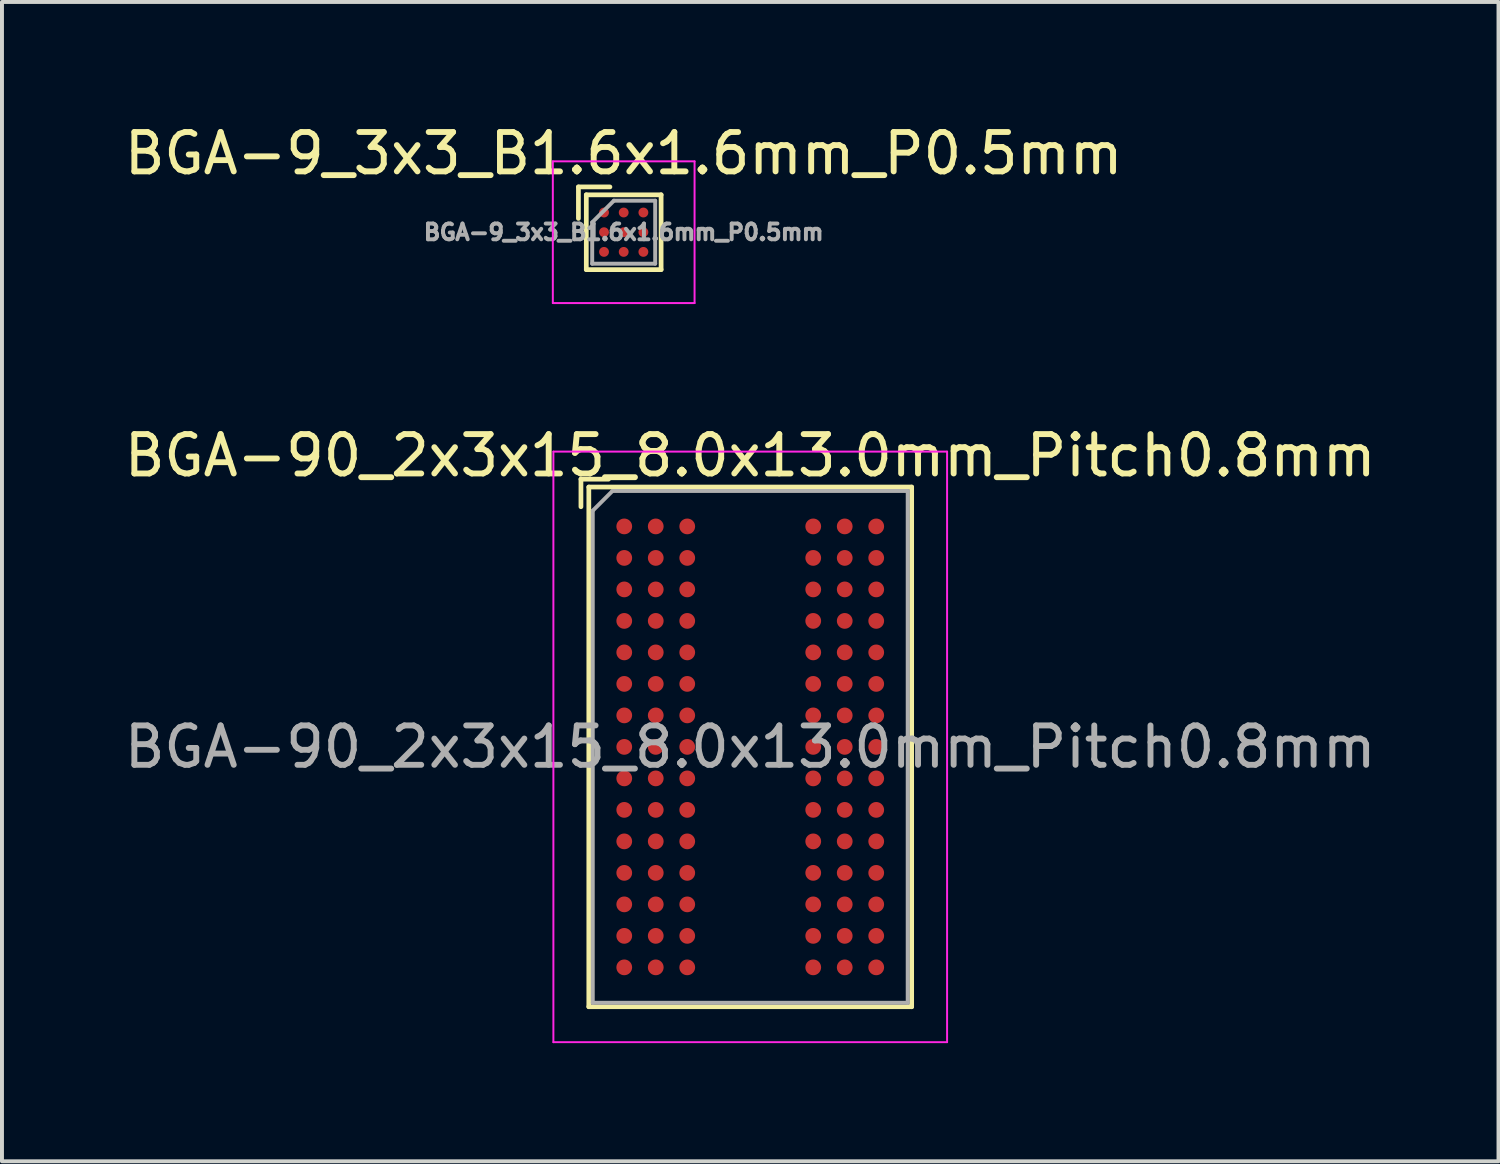
<source format=kicad_pcb>
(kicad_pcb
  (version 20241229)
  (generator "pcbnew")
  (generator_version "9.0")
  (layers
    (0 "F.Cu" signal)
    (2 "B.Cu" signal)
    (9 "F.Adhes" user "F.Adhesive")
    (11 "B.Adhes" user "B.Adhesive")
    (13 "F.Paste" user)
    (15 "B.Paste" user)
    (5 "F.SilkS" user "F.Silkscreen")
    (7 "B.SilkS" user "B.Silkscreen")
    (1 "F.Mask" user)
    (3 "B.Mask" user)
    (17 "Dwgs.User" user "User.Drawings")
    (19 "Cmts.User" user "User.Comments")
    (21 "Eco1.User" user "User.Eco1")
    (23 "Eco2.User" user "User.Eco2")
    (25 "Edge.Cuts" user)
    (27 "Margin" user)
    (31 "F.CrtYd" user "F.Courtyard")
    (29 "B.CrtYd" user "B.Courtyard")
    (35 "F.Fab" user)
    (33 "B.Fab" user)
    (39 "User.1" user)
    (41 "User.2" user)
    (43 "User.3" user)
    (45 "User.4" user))
  (footprint "BGA-90_2x3x15_8.0x13.0mm_Pitch0.8mm"
    (layer "F.Cu")
    (at 16.006 15.921)
    (property "Reference" "BGA-90_2x3x15_8.0x13.0mm_Pitch0.8mm" (at 0 -7.4 0) (layer "F.SilkS") (effects (font (size 1 1) (thickness 0.15))))
    (attr smd)
    (fp_line (start -4.3 -6.8) (end -3.6 -6.8) (stroke (width 0.12) (type solid)) (layer "F.SilkS"))
    (fp_line (start -4.3 -6.1) (end -4.3 -6.8) (stroke (width 0.12) (type solid)) (layer "F.SilkS"))
    (fp_line (start -4.1 -6.6) (end -4.1 6.6) (stroke (width 0.12) (type solid)) (layer "F.SilkS"))
    (fp_line (start -4.1 6.6) (end 4.1 6.6) (stroke (width 0.12) (type solid)) (layer "F.SilkS"))
    (fp_line (start 4.1 -6.6) (end -4.1 -6.6) (stroke (width 0.12) (type solid)) (layer "F.SilkS"))
    (fp_line (start 4.1 6.6) (end 4.1 -6.6) (stroke (width 0.12) (type solid)) (layer "F.SilkS"))
    (fp_line (start -5 -7.5) (end -5 7.5) (stroke (width 0.05) (type solid)) (layer "F.CrtYd"))
    (fp_line (start -5 -7.5) (end 5 -7.5) (stroke (width 0.05) (type solid)) (layer "F.CrtYd"))
    (fp_line (start 5 7.5) (end -5 7.5) (stroke (width 0.05) (type solid)) (layer "F.CrtYd"))
    (fp_line (start 5 7.5) (end 5 -7.5) (stroke (width 0.05) (type solid)) (layer "F.CrtYd"))
    (fp_line (start -4 -6) (end -4 6.5) (stroke (width 0.1) (type solid)) (layer "F.Fab"))
    (fp_line (start -4 6.5) (end 4 6.5) (stroke (width 0.1) (type solid)) (layer "F.Fab"))
    (fp_line (start -3.5 -6.5) (end -4 -6) (stroke (width 0.1) (type solid)) (layer "F.Fab"))
    (fp_line (start 4 -6.5) (end -3.5 -6.5) (stroke (width 0.1) (type solid)) (layer "F.Fab"))
    (fp_line (start 4 6.5) (end 4 -6.5) (stroke (width 0.1) (type solid)) (layer "F.Fab"))
    (fp_text user "${REFERENCE}" (at 0 0 0) (layer "F.Fab") (effects (font (size 1 1) (thickness 0.15))))
    (pad "A1" smd circle (at -3.2 -5.6) (size 0.4 0.4) (layers "F.Cu" "F.Mask" "F.Paste"))
    (pad "A2" smd circle (at -2.4 -5.6) (size 0.4 0.4) (layers "F.Cu" "F.Mask" "F.Paste"))
    (pad "A3" smd circle (at -1.6 -5.6) (size 0.4 0.4) (layers "F.Cu" "F.Mask" "F.Paste"))
    (pad "A7" smd circle (at 1.6 -5.6) (size 0.4 0.4) (layers "F.Cu" "F.Mask" "F.Paste"))
    (pad "A8" smd circle (at 2.4 -5.6) (size 0.4 0.4) (layers "F.Cu" "F.Mask" "F.Paste"))
    (pad "A9" smd circle (at 3.2 -5.6) (size 0.4 0.4) (layers "F.Cu" "F.Mask" "F.Paste"))
    (pad "B1" smd circle (at -3.2 -4.8) (size 0.4 0.4) (layers "F.Cu" "F.Mask" "F.Paste"))
    (pad "B2" smd circle (at -2.4 -4.8) (size 0.4 0.4) (layers "F.Cu" "F.Mask" "F.Paste"))
    (pad "B3" smd circle (at -1.6 -4.8) (size 0.4 0.4) (layers "F.Cu" "F.Mask" "F.Paste"))
    (pad "B7" smd circle (at 1.6 -4.8) (size 0.4 0.4) (layers "F.Cu" "F.Mask" "F.Paste"))
    (pad "B8" smd circle (at 2.4 -4.8) (size 0.4 0.4) (layers "F.Cu" "F.Mask" "F.Paste"))
    (pad "B9" smd circle (at 3.2 -4.8) (size 0.4 0.4) (layers "F.Cu" "F.Mask" "F.Paste"))
    (pad "C1" smd circle (at -3.2 -4) (size 0.4 0.4) (layers "F.Cu" "F.Mask" "F.Paste"))
    (pad "C2" smd circle (at -2.4 -4) (size 0.4 0.4) (layers "F.Cu" "F.Mask" "F.Paste"))
    (pad "C3" smd circle (at -1.6 -4) (size 0.4 0.4) (layers "F.Cu" "F.Mask" "F.Paste"))
    (pad "C7" smd circle (at 1.6 -4) (size 0.4 0.4) (layers "F.Cu" "F.Mask" "F.Paste"))
    (pad "C8" smd circle (at 2.4 -4) (size 0.4 0.4) (layers "F.Cu" "F.Mask" "F.Paste"))
    (pad "C9" smd circle (at 3.2 -4) (size 0.4 0.4) (layers "F.Cu" "F.Mask" "F.Paste"))
    (pad "D1" smd circle (at -3.2 -3.2) (size 0.4 0.4) (layers "F.Cu" "F.Mask" "F.Paste"))
    (pad "D2" smd circle (at -2.4 -3.2) (size 0.4 0.4) (layers "F.Cu" "F.Mask" "F.Paste"))
    (pad "D3" smd circle (at -1.6 -3.2) (size 0.4 0.4) (layers "F.Cu" "F.Mask" "F.Paste"))
    (pad "D7" smd circle (at 1.6 -3.2) (size 0.4 0.4) (layers "F.Cu" "F.Mask" "F.Paste"))
    (pad "D8" smd circle (at 2.4 -3.2) (size 0.4 0.4) (layers "F.Cu" "F.Mask" "F.Paste"))
    (pad "D9" smd circle (at 3.2 -3.2) (size 0.4 0.4) (layers "F.Cu" "F.Mask" "F.Paste"))
    (pad "E1" smd circle (at -3.2 -2.4) (size 0.4 0.4) (layers "F.Cu" "F.Mask" "F.Paste"))
    (pad "E2" smd circle (at -2.4 -2.4) (size 0.4 0.4) (layers "F.Cu" "F.Mask" "F.Paste"))
    (pad "E3" smd circle (at -1.6 -2.4) (size 0.4 0.4) (layers "F.Cu" "F.Mask" "F.Paste"))
    (pad "E7" smd circle (at 1.6 -2.4) (size 0.4 0.4) (layers "F.Cu" "F.Mask" "F.Paste"))
    (pad "E8" smd circle (at 2.4 -2.4) (size 0.4 0.4) (layers "F.Cu" "F.Mask" "F.Paste"))
    (pad "E9" smd circle (at 3.2 -2.4) (size 0.4 0.4) (layers "F.Cu" "F.Mask" "F.Paste"))
    (pad "F1" smd circle (at -3.2 -1.6) (size 0.4 0.4) (layers "F.Cu" "F.Mask" "F.Paste"))
    (pad "F2" smd circle (at -2.4 -1.6) (size 0.4 0.4) (layers "F.Cu" "F.Mask" "F.Paste"))
    (pad "F3" smd circle (at -1.6 -1.6) (size 0.4 0.4) (layers "F.Cu" "F.Mask" "F.Paste"))
    (pad "F7" smd circle (at 1.6 -1.6) (size 0.4 0.4) (layers "F.Cu" "F.Mask" "F.Paste"))
    (pad "F8" smd circle (at 2.4 -1.6) (size 0.4 0.4) (layers "F.Cu" "F.Mask" "F.Paste"))
    (pad "F9" smd circle (at 3.2 -1.6) (size 0.4 0.4) (layers "F.Cu" "F.Mask" "F.Paste"))
    (pad "G1" smd circle (at -3.2 -0.8) (size 0.4 0.4) (layers "F.Cu" "F.Mask" "F.Paste"))
    (pad "G2" smd circle (at -2.4 -0.8) (size 0.4 0.4) (layers "F.Cu" "F.Mask" "F.Paste"))
    (pad "G3" smd circle (at -1.6 -0.8) (size 0.4 0.4) (layers "F.Cu" "F.Mask" "F.Paste"))
    (pad "G7" smd circle (at 1.6 -0.8) (size 0.4 0.4) (layers "F.Cu" "F.Mask" "F.Paste"))
    (pad "G8" smd circle (at 2.4 -0.8) (size 0.4 0.4) (layers "F.Cu" "F.Mask" "F.Paste"))
    (pad "G9" smd circle (at 3.2 -0.8) (size 0.4 0.4) (layers "F.Cu" "F.Mask" "F.Paste"))
    (pad "H1" smd circle (at -3.2 0) (size 0.4 0.4) (layers "F.Cu" "F.Mask" "F.Paste"))
    (pad "H2" smd circle (at -2.4 0) (size 0.4 0.4) (layers "F.Cu" "F.Mask" "F.Paste"))
    (pad "H3" smd circle (at -1.6 0) (size 0.4 0.4) (layers "F.Cu" "F.Mask" "F.Paste"))
    (pad "H7" smd circle (at 1.6 0) (size 0.4 0.4) (layers "F.Cu" "F.Mask" "F.Paste"))
    (pad "H8" smd circle (at 2.4 0) (size 0.4 0.4) (layers "F.Cu" "F.Mask" "F.Paste"))
    (pad "H9" smd circle (at 3.2 0) (size 0.4 0.4) (layers "F.Cu" "F.Mask" "F.Paste"))
    (pad "J1" smd circle (at -3.2 0.8) (size 0.4 0.4) (layers "F.Cu" "F.Mask" "F.Paste"))
    (pad "J2" smd circle (at -2.4 0.8) (size 0.4 0.4) (layers "F.Cu" "F.Mask" "F.Paste"))
    (pad "J3" smd circle (at -1.6 0.8) (size 0.4 0.4) (layers "F.Cu" "F.Mask" "F.Paste"))
    (pad "J7" smd circle (at 1.6 0.8) (size 0.4 0.4) (layers "F.Cu" "F.Mask" "F.Paste"))
    (pad "J8" smd circle (at 2.4 0.8) (size 0.4 0.4) (layers "F.Cu" "F.Mask" "F.Paste"))
    (pad "J9" smd circle (at 3.2 0.8) (size 0.4 0.4) (layers "F.Cu" "F.Mask" "F.Paste"))
    (pad "K1" smd circle (at -3.2 1.6) (size 0.4 0.4) (layers "F.Cu" "F.Mask" "F.Paste"))
    (pad "K2" smd circle (at -2.4 1.6) (size 0.4 0.4) (layers "F.Cu" "F.Mask" "F.Paste"))
    (pad "K3" smd circle (at -1.6 1.6) (size 0.4 0.4) (layers "F.Cu" "F.Mask" "F.Paste"))
    (pad "K7" smd circle (at 1.6 1.6) (size 0.4 0.4) (layers "F.Cu" "F.Mask" "F.Paste"))
    (pad "K8" smd circle (at 2.4 1.6) (size 0.4 0.4) (layers "F.Cu" "F.Mask" "F.Paste"))
    (pad "K9" smd circle (at 3.2 1.6) (size 0.4 0.4) (layers "F.Cu" "F.Mask" "F.Paste"))
    (pad "L1" smd circle (at -3.2 2.4) (size 0.4 0.4) (layers "F.Cu" "F.Mask" "F.Paste"))
    (pad "L2" smd circle (at -2.4 2.4) (size 0.4 0.4) (layers "F.Cu" "F.Mask" "F.Paste"))
    (pad "L3" smd circle (at -1.6 2.4) (size 0.4 0.4) (layers "F.Cu" "F.Mask" "F.Paste"))
    (pad "L7" smd circle (at 1.6 2.4) (size 0.4 0.4) (layers "F.Cu" "F.Mask" "F.Paste"))
    (pad "L8" smd circle (at 2.4 2.4) (size 0.4 0.4) (layers "F.Cu" "F.Mask" "F.Paste"))
    (pad "L9" smd circle (at 3.2 2.4) (size 0.4 0.4) (layers "F.Cu" "F.Mask" "F.Paste"))
    (pad "M1" smd circle (at -3.2 3.2) (size 0.4 0.4) (layers "F.Cu" "F.Mask" "F.Paste"))
    (pad "M2" smd circle (at -2.4 3.2) (size 0.4 0.4) (layers "F.Cu" "F.Mask" "F.Paste"))
    (pad "M3" smd circle (at -1.6 3.2) (size 0.4 0.4) (layers "F.Cu" "F.Mask" "F.Paste"))
    (pad "M7" smd circle (at 1.6 3.2) (size 0.4 0.4) (layers "F.Cu" "F.Mask" "F.Paste"))
    (pad "M8" smd circle (at 2.4 3.2) (size 0.4 0.4) (layers "F.Cu" "F.Mask" "F.Paste"))
    (pad "M9" smd circle (at 3.2 3.2) (size 0.4 0.4) (layers "F.Cu" "F.Mask" "F.Paste"))
    (pad "N1" smd circle (at -3.2 4) (size 0.4 0.4) (layers "F.Cu" "F.Mask" "F.Paste"))
    (pad "N2" smd circle (at -2.4 4) (size 0.4 0.4) (layers "F.Cu" "F.Mask" "F.Paste"))
    (pad "N3" smd circle (at -1.6 4) (size 0.4 0.4) (layers "F.Cu" "F.Mask" "F.Paste"))
    (pad "N7" smd circle (at 1.6 4) (size 0.4 0.4) (layers "F.Cu" "F.Mask" "F.Paste"))
    (pad "N8" smd circle (at 2.4 4) (size 0.4 0.4) (layers "F.Cu" "F.Mask" "F.Paste"))
    (pad "N9" smd circle (at 3.2 4) (size 0.4 0.4) (layers "F.Cu" "F.Mask" "F.Paste"))
    (pad "P1" smd circle (at -3.2 4.8) (size 0.4 0.4) (layers "F.Cu" "F.Mask" "F.Paste"))
    (pad "P2" smd circle (at -2.4 4.8) (size 0.4 0.4) (layers "F.Cu" "F.Mask" "F.Paste"))
    (pad "P3" smd circle (at -1.6 4.8) (size 0.4 0.4) (layers "F.Cu" "F.Mask" "F.Paste"))
    (pad "P7" smd circle (at 1.6 4.8) (size 0.4 0.4) (layers "F.Cu" "F.Mask" "F.Paste"))
    (pad "P8" smd circle (at 2.4 4.8) (size 0.4 0.4) (layers "F.Cu" "F.Mask" "F.Paste"))
    (pad "P9" smd circle (at 3.2 4.8) (size 0.4 0.4) (layers "F.Cu" "F.Mask" "F.Paste"))
    (pad "R1" smd circle (at -3.2 5.6) (size 0.4 0.4) (layers "F.Cu" "F.Mask" "F.Paste"))
    (pad "R2" smd circle (at -2.4 5.6) (size 0.4 0.4) (layers "F.Cu" "F.Mask" "F.Paste"))
    (pad "R3" smd circle (at -1.6 5.6) (size 0.4 0.4) (layers "F.Cu" "F.Mask" "F.Paste"))
    (pad "R7" smd circle (at 1.6 5.6) (size 0.4 0.4) (layers "F.Cu" "F.Mask" "F.Paste"))
    (pad "R8" smd circle (at 2.4 5.6) (size 0.4 0.4) (layers "F.Cu" "F.Mask" "F.Paste"))
    (pad "R9" smd circle (at 3.2 5.6) (size 0.4 0.4) (layers "F.Cu" "F.Mask" "F.Paste")))
  (footprint "BGA-9_3x3_B1.6x1.6mm_P0.5mm"
    (layer "F.Cu")
    (at 12.792 2.848)
    (property "Reference" "BGA-9_3x3_B1.6x1.6mm_P0.5mm" (at 0 -2 0) (layer "F.SilkS") (effects (font (size 1 1) (thickness 0.15))))
    (attr smd)
    (fp_line (start -1.15 -1.15) (end -1.15 -0.35) (stroke (width 0.12) (type solid)) (layer "F.SilkS"))
    (fp_line (start -1.15 -1.15) (end -0.35 -1.15) (stroke (width 0.12) (type solid)) (layer "F.SilkS"))
    (fp_line (start -0.95 -0.95) (end -0.95 0.95) (stroke (width 0.12) (type solid)) (layer "F.SilkS"))
    (fp_line (start -0.95 0.95) (end 0.95 0.95) (stroke (width 0.12) (type solid)) (layer "F.SilkS"))
    (fp_line (start 0.95 -0.95) (end -0.95 -0.95) (stroke (width 0.12) (type solid)) (layer "F.SilkS"))
    (fp_line (start 0.95 0.95) (end 0.95 -0.95) (stroke (width 0.12) (type solid)) (layer "F.SilkS"))
    (fp_line (start -1.8 -1.8) (end -1.8 1.8) (stroke (width 0.05) (type solid)) (layer "F.CrtYd"))
    (fp_line (start -1.8 -1.8) (end 1.8 -1.8) (stroke (width 0.05) (type solid)) (layer "F.CrtYd"))
    (fp_line (start 1.8 1.8) (end -1.8 1.8) (stroke (width 0.05) (type solid)) (layer "F.CrtYd"))
    (fp_line (start 1.8 1.8) (end 1.8 -1.8) (stroke (width 0.05) (type solid)) (layer "F.CrtYd"))
    (fp_line (start -0.8 -0.25) (end -0.25 -0.8) (stroke (width 0.1) (type solid)) (layer "F.Fab"))
    (fp_line (start -0.8 0.8) (end -0.8 -0.25) (stroke (width 0.1) (type solid)) (layer "F.Fab"))
    (fp_line (start -0.25 -0.8) (end 0.8 -0.8) (stroke (width 0.1) (type solid)) (layer "F.Fab"))
    (fp_line (start 0.8 -0.8) (end 0.8 0.8) (stroke (width 0.1) (type solid)) (layer "F.Fab"))
    (fp_line (start 0.8 0.8) (end -0.8 0.8) (stroke (width 0.1) (type solid)) (layer "F.Fab"))
    (fp_text user "${REFERENCE}" (at 0 0 0) (layer "F.Fab") (effects (font (size 0.4 0.4) (thickness 0.1))))
    (pad "A1" smd circle (at -0.5 -0.5) (size 0.25 0.25) (layers "F.Cu" "F.Mask" "F.Paste"))
    (pad "A2" smd circle (at 0 -0.5) (size 0.25 0.25) (layers "F.Cu" "F.Mask" "F.Paste"))
    (pad "A3" smd circle (at 0.5 -0.5) (size 0.25 0.25) (layers "F.Cu" "F.Mask" "F.Paste"))
    (pad "B1" smd circle (at -0.5 0) (size 0.25 0.25) (layers "F.Cu" "F.Mask" "F.Paste"))
    (pad "B2" smd circle (at 0 0) (size 0.25 0.25) (layers "F.Cu" "F.Mask" "F.Paste"))
    (pad "B3" smd circle (at 0.5 0) (size 0.25 0.25) (layers "F.Cu" "F.Mask" "F.Paste"))
    (pad "C1" smd circle (at -0.5 0.5) (size 0.25 0.25) (layers "F.Cu" "F.Mask" "F.Paste"))
    (pad "C2" smd circle (at 0 0.5) (size 0.25 0.25) (layers "F.Cu" "F.Mask" "F.Paste"))
    (pad "C3" smd circle (at 0.5 0.5) (size 0.25 0.25) (layers "F.Cu" "F.Mask" "F.Paste")))
  (gr_rect
    (start -3 -3)
    (end 35.012 26.447)
    (stroke (width 0.1) (type default))
    (fill no)
    (layer "Edge.Cuts")))
</source>
